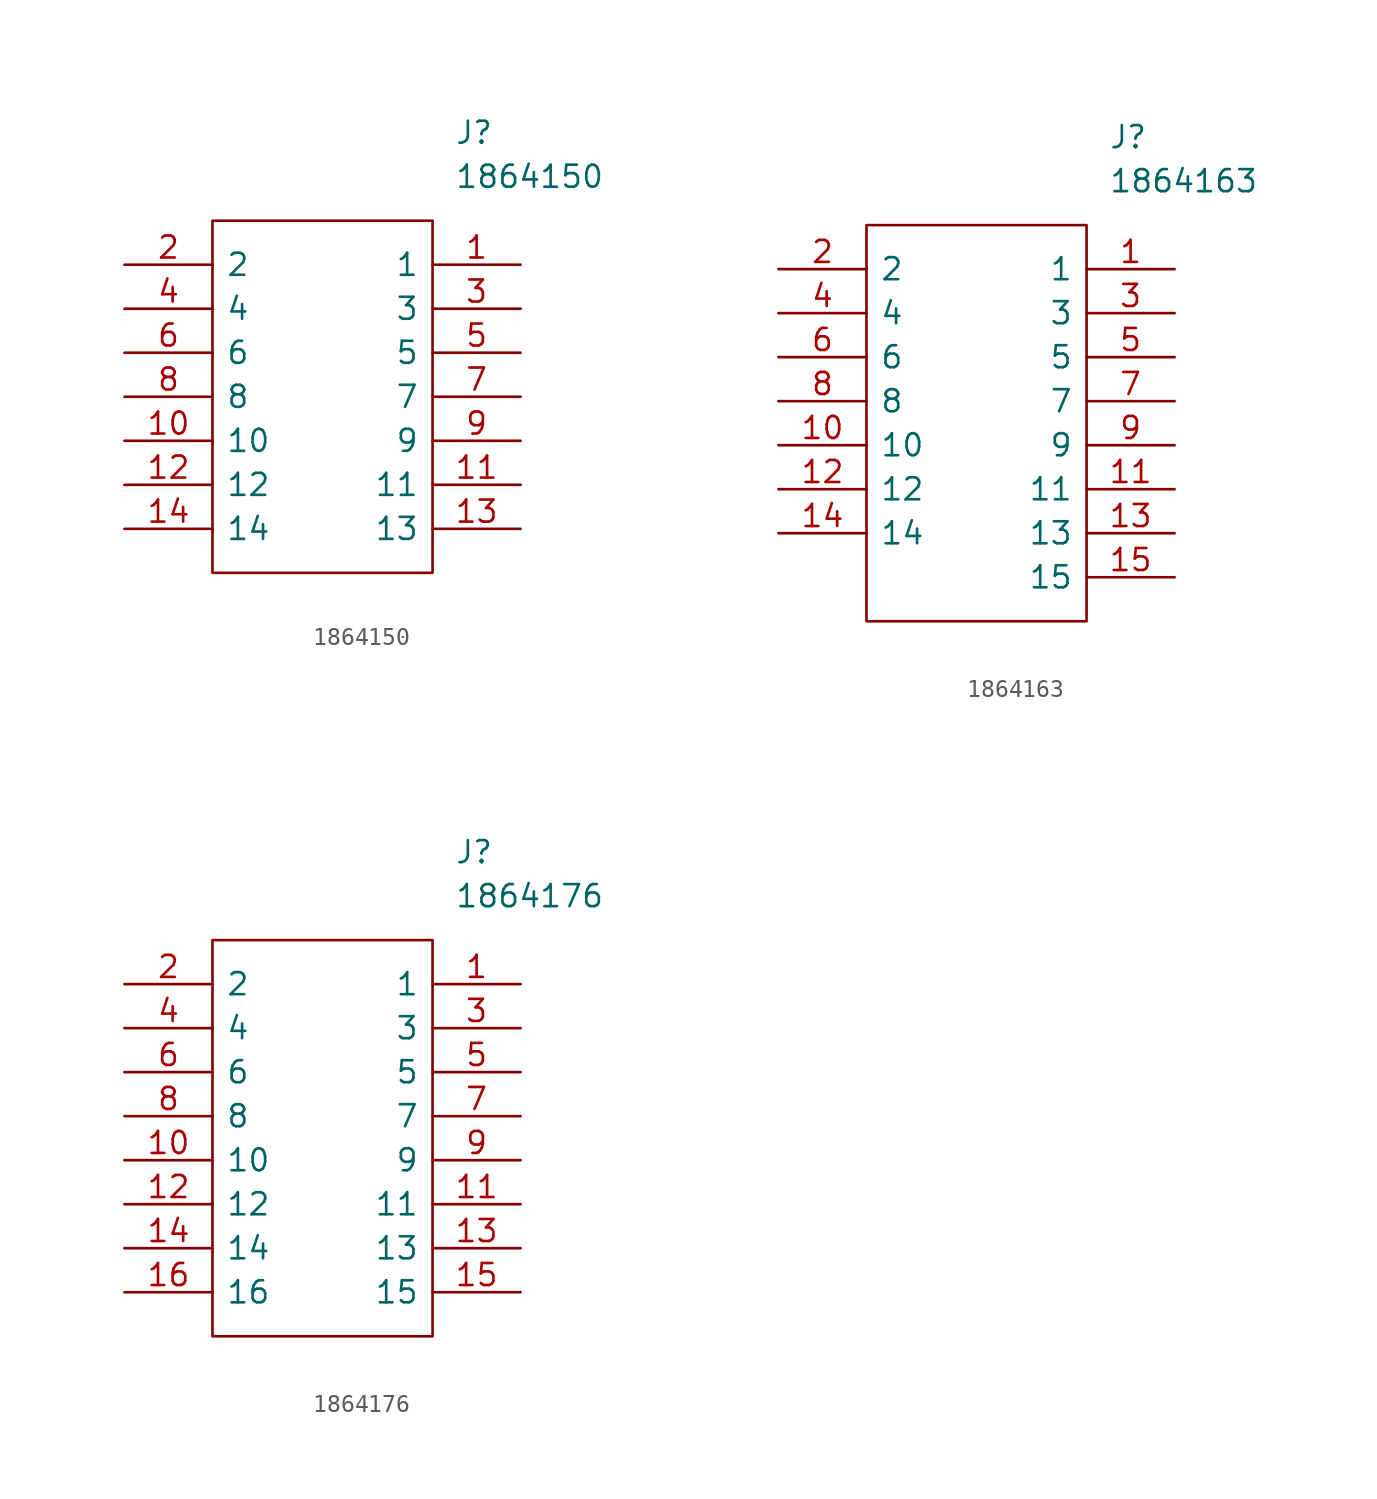
<source format=kicad_sym>
(kicad_symbol_lib
  (version 20211014)
  (generator kicad_symbol_editor)
  (symbol "1864150"
    (pin_names
      (offset 0.762))
    (property "Reference" "J"
      (at 19.05 7.62 0)
      (effects (font (size 1.27 1.27)) (justify left)))
    (property "Value" "1864150"
      (at 19.05 5.08 0)
      (effects (font (size 1.27 1.27)) (justify left)))
    (symbol "1864150_0_0"
      (pin passive line (at 22.86 0 180) (length 5.08) (name "1" (effects (font (size 1.27 1.27)))) (number "1" (effects (font (size 1.27 1.27)))))
      (pin passive line (at 0 -10.16 0) (length 5.08) (name "10" (effects (font (size 1.27 1.27)))) (number "10" (effects (font (size 1.27 1.27)))))
      (pin passive line (at 22.86 -12.7 180) (length 5.08) (name "11" (effects (font (size 1.27 1.27)))) (number "11" (effects (font (size 1.27 1.27)))))
      (pin passive line (at 0 -12.7 0) (length 5.08) (name "12" (effects (font (size 1.27 1.27)))) (number "12" (effects (font (size 1.27 1.27)))))
      (pin passive line (at 22.86 -15.24 180) (length 5.08) (name "13" (effects (font (size 1.27 1.27)))) (number "13" (effects (font (size 1.27 1.27)))))
      (pin passive line (at 0 -15.24 0) (length 5.08) (name "14" (effects (font (size 1.27 1.27)))) (number "14" (effects (font (size 1.27 1.27)))))
      (pin passive line (at 0 0 0) (length 5.08) (name "2" (effects (font (size 1.27 1.27)))) (number "2" (effects (font (size 1.27 1.27)))))
      (pin passive line (at 22.86 -2.54 180) (length 5.08) (name "3" (effects (font (size 1.27 1.27)))) (number "3" (effects (font (size 1.27 1.27)))))
      (pin passive line (at 0 -2.54 0) (length 5.08) (name "4" (effects (font (size 1.27 1.27)))) (number "4" (effects (font (size 1.27 1.27)))))
      (pin passive line (at 22.86 -5.08 180) (length 5.08) (name "5" (effects (font (size 1.27 1.27)))) (number "5" (effects (font (size 1.27 1.27)))))
      (pin passive line (at 0 -5.08 0) (length 5.08) (name "6" (effects (font (size 1.27 1.27)))) (number "6" (effects (font (size 1.27 1.27)))))
      (pin passive line (at 22.86 -7.62 180) (length 5.08) (name "7" (effects (font (size 1.27 1.27)))) (number "7" (effects (font (size 1.27 1.27)))))
      (pin passive line (at 0 -7.62 0) (length 5.08) (name "8" (effects (font (size 1.27 1.27)))) (number "8" (effects (font (size 1.27 1.27)))))
      (pin passive line (at 22.86 -10.16 180) (length 5.08) (name "9" (effects (font (size 1.27 1.27)))) (number "9" (effects (font (size 1.27 1.27))))))
    (symbol "1864150_0_1"
      (polyline (pts (xy 5.08 2.54) (xy 17.78 2.54) (xy 17.78 -17.78) (xy 5.08 -17.78) (xy 5.08 2.54)) (stroke (width 0.152) (type default) (color 0 0 0 0)) (fill (type none)))))
  (symbol "1864163"
    (pin_names
      (offset 0.762))
    (property "Reference" "J"
      (at 19.05 7.62 0)
      (effects (font (size 1.27 1.27)) (justify left)))
    (property "Value" "1864163"
      (at 19.05 5.08 0)
      (effects (font (size 1.27 1.27)) (justify left)))
    (symbol "1864163_0_0"
      (pin passive line (at 22.86 0 180) (length 5.08) (name "1" (effects (font (size 1.27 1.27)))) (number "1" (effects (font (size 1.27 1.27)))))
      (pin passive line (at 0 -10.16 0) (length 5.08) (name "10" (effects (font (size 1.27 1.27)))) (number "10" (effects (font (size 1.27 1.27)))))
      (pin passive line (at 22.86 -12.7 180) (length 5.08) (name "11" (effects (font (size 1.27 1.27)))) (number "11" (effects (font (size 1.27 1.27)))))
      (pin passive line (at 0 -12.7 0) (length 5.08) (name "12" (effects (font (size 1.27 1.27)))) (number "12" (effects (font (size 1.27 1.27)))))
      (pin passive line (at 22.86 -15.24 180) (length 5.08) (name "13" (effects (font (size 1.27 1.27)))) (number "13" (effects (font (size 1.27 1.27)))))
      (pin passive line (at 0 -15.24 0) (length 5.08) (name "14" (effects (font (size 1.27 1.27)))) (number "14" (effects (font (size 1.27 1.27)))))
      (pin passive line (at 22.86 -17.78 180) (length 5.08) (name "15" (effects (font (size 1.27 1.27)))) (number "15" (effects (font (size 1.27 1.27)))))
      (pin passive line (at 0 0 0) (length 5.08) (name "2" (effects (font (size 1.27 1.27)))) (number "2" (effects (font (size 1.27 1.27)))))
      (pin passive line (at 22.86 -2.54 180) (length 5.08) (name "3" (effects (font (size 1.27 1.27)))) (number "3" (effects (font (size 1.27 1.27)))))
      (pin passive line (at 0 -2.54 0) (length 5.08) (name "4" (effects (font (size 1.27 1.27)))) (number "4" (effects (font (size 1.27 1.27)))))
      (pin passive line (at 22.86 -5.08 180) (length 5.08) (name "5" (effects (font (size 1.27 1.27)))) (number "5" (effects (font (size 1.27 1.27)))))
      (pin passive line (at 0 -5.08 0) (length 5.08) (name "6" (effects (font (size 1.27 1.27)))) (number "6" (effects (font (size 1.27 1.27)))))
      (pin passive line (at 22.86 -7.62 180) (length 5.08) (name "7" (effects (font (size 1.27 1.27)))) (number "7" (effects (font (size 1.27 1.27)))))
      (pin passive line (at 0 -7.62 0) (length 5.08) (name "8" (effects (font (size 1.27 1.27)))) (number "8" (effects (font (size 1.27 1.27)))))
      (pin passive line (at 22.86 -10.16 180) (length 5.08) (name "9" (effects (font (size 1.27 1.27)))) (number "9" (effects (font (size 1.27 1.27))))))
    (symbol "1864163_0_1"
      (polyline (pts (xy 5.08 2.54) (xy 17.78 2.54) (xy 17.78 -20.32) (xy 5.08 -20.32) (xy 5.08 2.54)) (stroke (width 0.152) (type default) (color 0 0 0 0)) (fill (type none)))))
  (symbol "1864176"
    (pin_names
      (offset 0.762))
    (property "Reference" "J"
      (at 19.05 7.62 0)
      (effects (font (size 1.27 1.27)) (justify left)))
    (property "Value" "1864176"
      (at 19.05 5.08 0)
      (effects (font (size 1.27 1.27)) (justify left)))
    (symbol "1864176_0_0"
      (pin passive line (at 22.86 0 180) (length 5.08) (name "1" (effects (font (size 1.27 1.27)))) (number "1" (effects (font (size 1.27 1.27)))))
      (pin passive line (at 0 -10.16 0) (length 5.08) (name "10" (effects (font (size 1.27 1.27)))) (number "10" (effects (font (size 1.27 1.27)))))
      (pin passive line (at 22.86 -12.7 180) (length 5.08) (name "11" (effects (font (size 1.27 1.27)))) (number "11" (effects (font (size 1.27 1.27)))))
      (pin passive line (at 0 -12.7 0) (length 5.08) (name "12" (effects (font (size 1.27 1.27)))) (number "12" (effects (font (size 1.27 1.27)))))
      (pin passive line (at 22.86 -15.24 180) (length 5.08) (name "13" (effects (font (size 1.27 1.27)))) (number "13" (effects (font (size 1.27 1.27)))))
      (pin passive line (at 0 -15.24 0) (length 5.08) (name "14" (effects (font (size 1.27 1.27)))) (number "14" (effects (font (size 1.27 1.27)))))
      (pin passive line (at 22.86 -17.78 180) (length 5.08) (name "15" (effects (font (size 1.27 1.27)))) (number "15" (effects (font (size 1.27 1.27)))))
      (pin passive line (at 0 -17.78 0) (length 5.08) (name "16" (effects (font (size 1.27 1.27)))) (number "16" (effects (font (size 1.27 1.27)))))
      (pin passive line (at 0 0 0) (length 5.08) (name "2" (effects (font (size 1.27 1.27)))) (number "2" (effects (font (size 1.27 1.27)))))
      (pin passive line (at 22.86 -2.54 180) (length 5.08) (name "3" (effects (font (size 1.27 1.27)))) (number "3" (effects (font (size 1.27 1.27)))))
      (pin passive line (at 0 -2.54 0) (length 5.08) (name "4" (effects (font (size 1.27 1.27)))) (number "4" (effects (font (size 1.27 1.27)))))
      (pin passive line (at 22.86 -5.08 180) (length 5.08) (name "5" (effects (font (size 1.27 1.27)))) (number "5" (effects (font (size 1.27 1.27)))))
      (pin passive line (at 0 -5.08 0) (length 5.08) (name "6" (effects (font (size 1.27 1.27)))) (number "6" (effects (font (size 1.27 1.27)))))
      (pin passive line (at 22.86 -7.62 180) (length 5.08) (name "7" (effects (font (size 1.27 1.27)))) (number "7" (effects (font (size 1.27 1.27)))))
      (pin passive line (at 0 -7.62 0) (length 5.08) (name "8" (effects (font (size 1.27 1.27)))) (number "8" (effects (font (size 1.27 1.27)))))
      (pin passive line (at 22.86 -10.16 180) (length 5.08) (name "9" (effects (font (size 1.27 1.27)))) (number "9" (effects (font (size 1.27 1.27))))))
    (symbol "1864176_0_1"
      (polyline (pts (xy 5.08 2.54) (xy 17.78 2.54) (xy 17.78 -20.32) (xy 5.08 -20.32) (xy 5.08 2.54)) (stroke (width 0.152) (type default) (color 0 0 0 0)) (fill (type none))))))
</source>
